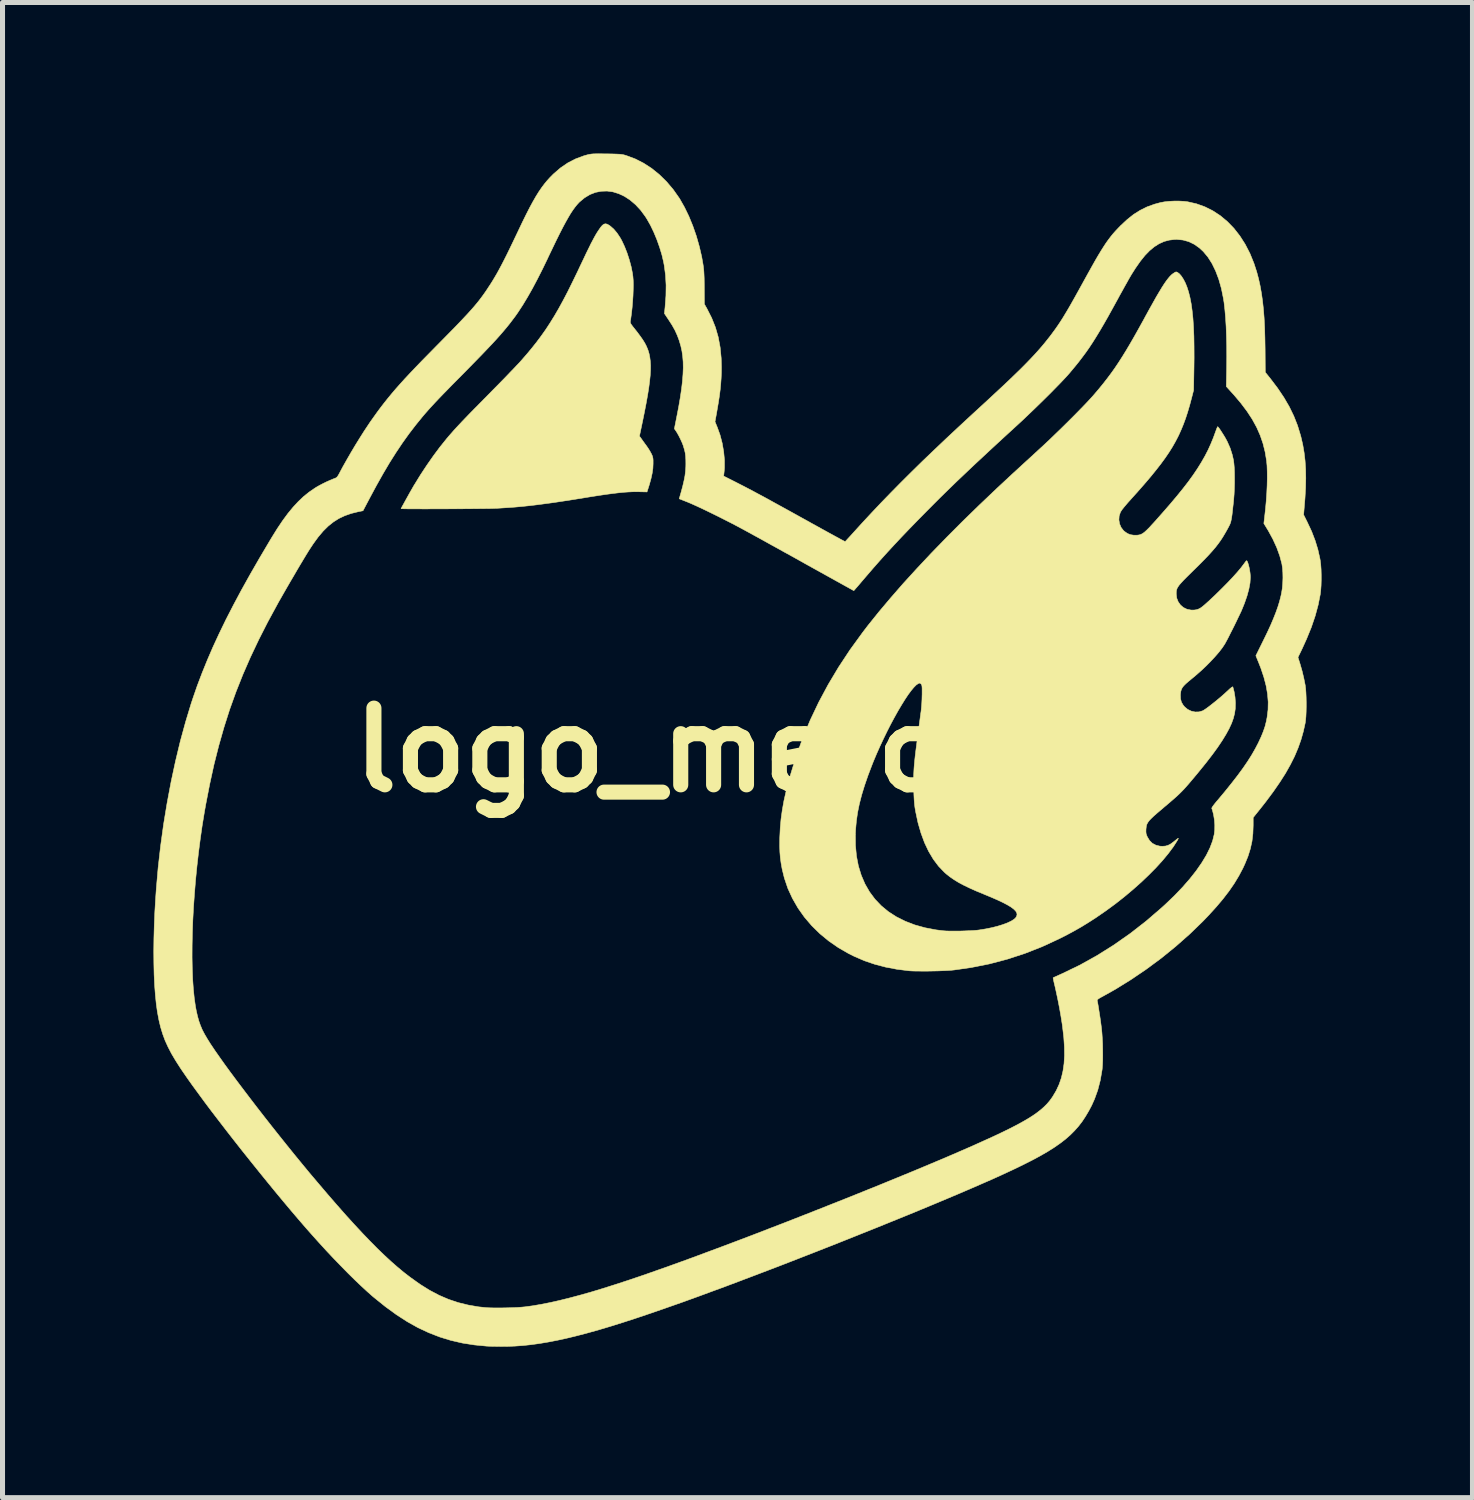
<source format=kicad_pcb>
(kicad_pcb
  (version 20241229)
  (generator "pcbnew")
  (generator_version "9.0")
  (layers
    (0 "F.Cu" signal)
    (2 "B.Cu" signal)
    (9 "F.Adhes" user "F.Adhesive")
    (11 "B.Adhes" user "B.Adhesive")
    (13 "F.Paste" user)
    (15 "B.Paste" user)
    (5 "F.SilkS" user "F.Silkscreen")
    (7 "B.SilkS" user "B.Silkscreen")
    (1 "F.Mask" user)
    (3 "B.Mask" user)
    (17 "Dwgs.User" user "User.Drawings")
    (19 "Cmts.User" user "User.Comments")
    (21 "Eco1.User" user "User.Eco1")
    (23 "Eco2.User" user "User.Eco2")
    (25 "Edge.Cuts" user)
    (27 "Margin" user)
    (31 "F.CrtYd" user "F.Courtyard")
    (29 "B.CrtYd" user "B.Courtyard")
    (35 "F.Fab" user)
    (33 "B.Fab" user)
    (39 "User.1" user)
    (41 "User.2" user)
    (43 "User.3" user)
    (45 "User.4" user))
  (footprint "logo_mercury"
    (layer "F.Cu")
    (at 11.6 11.854)
    (property "Reference" "logo_mercury" (at 0 0 0) (layer "F.SilkS") (effects (font (size 1.524 1.524) (thickness 0.3))))
    (attr through_hole)
    (fp_poly (pts (xy 3.649 -1.327) (xy 3.67 -1.304) (xy 3.678 -1.283) (xy 3.684 -1.253) (xy 3.689 -1.216) (xy 3.691 -1.171) (xy 3.69 -1.117) (xy 3.687 -1.052) (xy 3.681 -0.975) (xy 3.672 -0.883) (xy 3.66 -0.776) (xy 3.645 -0.651) (xy 3.627 -0.508) (xy 3.607 -0.359) (xy 3.589 -0.223) (xy 3.573 -0.106) (xy 3.56 -0.006) (xy 3.549 0.08) (xy 3.54 0.153) (xy 3.534 0.217) (xy 3.528 0.275) (xy 3.524 0.327) (xy 3.522 0.378) (xy 3.52 0.43) (xy 3.519 0.484) (xy 3.518 0.544) (xy 3.518 0.612) (xy 3.518 0.663) (xy 3.519 0.768) (xy 3.519 0.855) (xy 3.521 0.927) (xy 3.524 0.986) (xy 3.527 1.037) (xy 3.532 1.082) (xy 3.538 1.126) (xy 3.538 1.126) (xy 3.581 1.353) (xy 3.635 1.565) (xy 3.701 1.761) (xy 3.777 1.94) (xy 3.864 2.101) (xy 3.904 2.164) (xy 3.98 2.269) (xy 4.057 2.358) (xy 4.141 2.439) (xy 4.19 2.48) (xy 4.252 2.528) (xy 4.315 2.572) (xy 4.383 2.615) (xy 4.457 2.657) (xy 4.541 2.699) (xy 4.637 2.744) (xy 4.748 2.793) (xy 4.876 2.846) (xy 4.933 2.87) (xy 5.074 2.928) (xy 5.194 2.981) (xy 5.295 3.028) (xy 5.379 3.072) (xy 5.445 3.112) (xy 5.496 3.149) (xy 5.533 3.184) (xy 5.555 3.217) (xy 5.566 3.25) (xy 5.567 3.263) (xy 5.56 3.299) (xy 5.538 3.333) (xy 5.499 3.366) (xy 5.441 3.401) (xy 5.408 3.418) (xy 5.317 3.458) (xy 5.215 3.493) (xy 5.1 3.524) (xy 4.968 3.551) (xy 4.832 3.574) (xy 4.773 3.581) (xy 4.696 3.587) (xy 4.607 3.591) (xy 4.509 3.594) (xy 4.407 3.596) (xy 4.307 3.596) (xy 4.212 3.595) (xy 4.128 3.592) (xy 4.058 3.587) (xy 4.028 3.584) (xy 3.805 3.547) (xy 3.597 3.495) (xy 3.403 3.428) (xy 3.225 3.346) (xy 3.062 3.249) (xy 2.915 3.138) (xy 2.785 3.013) (xy 2.671 2.874) (xy 2.575 2.722) (xy 2.535 2.645) (xy 2.459 2.46) (xy 2.401 2.265) (xy 2.364 2.061) (xy 2.347 1.846) (xy 2.349 1.623) (xy 2.372 1.389) (xy 2.414 1.146) (xy 2.475 0.894) (xy 2.551 0.647) (xy 2.642 0.397) (xy 2.744 0.141) (xy 2.857 -0.116) (xy 2.977 -0.368) (xy 3.101 -0.609) (xy 3.209 -0.801) (xy 3.289 -0.934) (xy 3.362 -1.048) (xy 3.428 -1.143) (xy 3.487 -1.219) (xy 3.539 -1.276) (xy 3.583 -1.313) (xy 3.62 -1.33) (xy 3.649 -1.327)) (stroke (width 0.01) (type solid)) (fill yes) (layer "F.Mask"))
    (fp_poly (pts (xy -8.161 -3.253) (xy -8.161 -3.249) (xy -8.153 -3.234) (xy -8.133 -3.205) (xy -8.102 -3.166) (xy -8.063 -3.119) (xy -8.017 -3.066) (xy -7.968 -3.011) (xy -7.917 -2.955) (xy -7.867 -2.903) (xy -7.848 -2.884) (xy -7.741 -2.778) (xy -7.624 -2.67) (xy -7.498 -2.557) (xy -7.359 -2.439) (xy -7.206 -2.314) (xy -7.038 -2.181) (xy -6.891 -2.066) (xy -6.687 -1.911) (xy -6.479 -1.757) (xy -6.269 -1.606) (xy -6.059 -1.458) (xy -5.851 -1.315) (xy -5.648 -1.179) (xy -5.452 -1.051) (xy -5.264 -0.933) (xy -5.088 -0.826) (xy -4.925 -0.731) (xy -4.861 -0.696) (xy -4.81 -0.668) (xy -4.767 -0.643) (xy -4.735 -0.625) (xy -4.717 -0.614) (xy -4.715 -0.612) (xy -4.719 -0.601) (xy -4.729 -0.573) (xy -4.745 -0.532) (xy -4.765 -0.483) (xy -4.771 -0.467) (xy -4.844 -0.276) (xy -4.911 -0.081) (xy -4.973 0.119) (xy -5.029 0.325) (xy -5.081 0.54) (xy -5.127 0.763) (xy -5.169 0.997) (xy -5.206 1.243) (xy -5.239 1.502) (xy -5.268 1.776) (xy -5.294 2.065) (xy -5.315 2.372) (xy -5.333 2.697) (xy -5.349 3.042) (xy -5.356 3.241) (xy -5.358 3.338) (xy -5.36 3.453) (xy -5.362 3.585) (xy -5.364 3.731) (xy -5.365 3.889) (xy -5.366 4.054) (xy -5.366 4.226) (xy -5.366 4.4) (xy -5.366 4.574) (xy -5.365 4.746) (xy -5.364 4.913) (xy -5.362 5.072) (xy -5.361 5.22) (xy -5.358 5.354) (xy -5.356 5.472) (xy -5.356 5.478) (xy -5.347 5.801) (xy -5.336 6.125) (xy -5.324 6.448) (xy -5.31 6.768) (xy -5.296 7.084) (xy -5.28 7.394) (xy -5.263 7.698) (xy -5.245 7.993) (xy -5.226 8.279) (xy -5.206 8.553) (xy -5.186 8.814) (xy -5.165 9.061) (xy -5.143 9.292) (xy -5.122 9.507) (xy -5.099 9.702) (xy -5.077 9.878) (xy -5.067 9.945) (xy -5.058 10.004) (xy -5.047 10.072) (xy -5.035 10.144) (xy -5.023 10.215) (xy -5.01 10.281) (xy -4.999 10.338) (xy -4.99 10.381) (xy -4.984 10.406) (xy -4.983 10.415) (xy -4.988 10.421) (xy -5.002 10.423) (xy -5.028 10.422) (xy -5.069 10.416) (xy -5.128 10.406) (xy -5.151 10.402) (xy -5.291 10.372) (xy -5.428 10.332) (xy -5.564 10.28) (xy -5.701 10.216) (xy -5.839 10.139) (xy -5.98 10.047) (xy -6.126 9.94) (xy -6.278 9.817) (xy -6.437 9.678) (xy -6.605 9.52) (xy -6.679 9.448) (xy -6.842 9.284) (xy -7.016 9.103) (xy -7.2 8.904) (xy -7.393 8.688) (xy -7.596 8.457) (xy -7.807 8.211) (xy -8.026 7.95) (xy -8.251 7.675) (xy -8.484 7.388) (xy -8.722 7.089) (xy -8.966 6.778) (xy -9.007 6.725) (xy -9.173 6.509) (xy -9.326 6.308) (xy -9.465 6.123) (xy -9.591 5.954) (xy -9.701 5.8) (xy -9.798 5.663) (xy -9.881 5.541) (xy -9.949 5.436) (xy -10.003 5.346) (xy -10.042 5.273) (xy -10.067 5.217) (xy -10.07 5.208) (xy -10.1 5.1) (xy -10.126 4.969) (xy -10.146 4.818) (xy -10.162 4.644) (xy -10.173 4.449) (xy -10.18 4.233) (xy -10.181 4.031) (xy -10.173 3.557) (xy -10.149 3.073) (xy -10.11 2.583) (xy -10.056 2.092) (xy -9.988 1.603) (xy -9.906 1.121) (xy -9.81 0.651) (xy -9.735 0.326) (xy -9.666 0.057) (xy -9.593 -0.203) (xy -9.516 -0.455) (xy -9.434 -0.703) (xy -9.345 -0.948) (xy -9.248 -1.192) (xy -9.144 -1.437) (xy -9.03 -1.687) (xy -8.906 -1.942) (xy -8.771 -2.206) (xy -8.624 -2.48) (xy -8.464 -2.766) (xy -8.329 -3.001) (xy -8.28 -3.085) (xy -8.241 -3.15) (xy -8.211 -3.199) (xy -8.189 -3.232) (xy -8.173 -3.251) (xy -8.164 -3.258) (xy -8.161 -3.253)) (stroke (width 0.01) (type solid)) (fill yes) (layer "F.Mask"))
    (fp_poly (pts (xy -1.926 -4.48) (xy -1.91 -4.48) (xy -1.795 -4.473) (xy -1.687 -4.46) (xy -1.581 -4.441) (xy -1.474 -4.414) (xy -1.362 -4.378) (xy -1.238 -4.331) (xy -1.122 -4.283) (xy -1.049 -4.251) (xy -0.96 -4.209) (xy -0.858 -4.16) (xy -0.746 -4.105) (xy -0.626 -4.045) (xy -0.502 -3.981) (xy -0.376 -3.916) (xy -0.253 -3.851) (xy -0.187 -3.816) (xy -0.121 -3.78) (xy -0.043 -3.737) (xy 0.047 -3.688) (xy 0.146 -3.634) (xy 0.254 -3.574) (xy 0.368 -3.511) (xy 0.487 -3.445) (xy 0.611 -3.377) (xy 0.736 -3.307) (xy 0.863 -3.237) (xy 0.989 -3.167) (xy 1.112 -3.098) (xy 1.232 -3.031) (xy 1.347 -2.967) (xy 1.456 -2.906) (xy 1.556 -2.85) (xy 1.647 -2.799) (xy 1.727 -2.754) (xy 1.794 -2.716) (xy 1.848 -2.685) (xy 1.886 -2.663) (xy 1.907 -2.651) (xy 1.911 -2.648) (xy 1.905 -2.636) (xy 1.888 -2.611) (xy 1.862 -2.573) (xy 1.831 -2.528) (xy 1.81 -2.499) (xy 1.736 -2.395) (xy 1.657 -2.278) (xy 1.575 -2.156) (xy 1.495 -2.032) (xy 1.42 -1.914) (xy 1.354 -1.806) (xy 1.345 -1.791) (xy 1.311 -1.736) (xy 1.28 -1.687) (xy 1.253 -1.647) (xy 1.234 -1.621) (xy 1.224 -1.611) (xy 1.194 -1.597) (xy 1.145 -1.578) (xy 1.081 -1.554) (xy 1.004 -1.526) (xy 0.917 -1.495) (xy 0.822 -1.463) (xy 0.723 -1.429) (xy 0.622 -1.396) (xy 0.522 -1.364) (xy 0.425 -1.333) (xy 0.335 -1.305) (xy 0.255 -1.281) (xy 0.231 -1.275) (xy -0.108 -1.187) (xy -0.458 -1.112) (xy -0.821 -1.05) (xy -1.198 -1) (xy -1.591 -0.962) (xy -1.932 -0.939) (xy -2.028 -0.935) (xy -2.137 -0.931) (xy -2.258 -0.928) (xy -2.384 -0.925) (xy -2.513 -0.924) (xy -2.641 -0.923) (xy -2.763 -0.922) (xy -2.876 -0.923) (xy -2.975 -0.924) (xy -3.058 -0.927) (xy -3.075 -0.927) (xy -3.302 -0.941) (xy -3.512 -0.96) (xy -3.704 -0.984) (xy -3.877 -1.014) (xy -4.031 -1.049) (xy -4.164 -1.089) (xy -4.193 -1.1) (xy -4.305 -1.146) (xy -4.433 -1.207) (xy -4.575 -1.282) (xy -4.733 -1.371) (xy -4.904 -1.473) (xy -5.088 -1.588) (xy -5.285 -1.717) (xy -5.494 -1.857) (xy -5.715 -2.01) (xy -5.946 -2.174) (xy -6.084 -2.274) (xy -6.331 -2.456) (xy -6.56 -2.63) (xy -6.77 -2.796) (xy -6.961 -2.953) (xy -7.132 -3.101) (xy -7.284 -3.241) (xy -7.342 -3.296) (xy -7.437 -3.391) (xy -7.515 -3.476) (xy -7.576 -3.549) (xy -7.622 -3.614) (xy -7.653 -3.67) (xy -7.67 -3.719) (xy -7.675 -3.755) (xy -7.669 -3.797) (xy -7.653 -3.852) (xy -7.629 -3.914) (xy -7.6 -3.977) (xy -7.585 -4.005) (xy -7.568 -4.033) (xy -7.553 -4.052) (xy -7.533 -4.064) (xy -7.503 -4.075) (xy -7.467 -4.084) (xy -7.421 -4.096) (xy -7.372 -4.106) (xy -7.32 -4.115) (xy -7.264 -4.122) (xy -7.201 -4.129) (xy -7.13 -4.134) (xy -7.049 -4.139) (xy -6.958 -4.142) (xy -6.855 -4.145) (xy -6.738 -4.146) (xy -6.606 -4.147) (xy -6.456 -4.147) (xy -6.289 -4.147) (xy -6.102 -4.146) (xy -5.985 -4.145) (xy -5.735 -4.143) (xy -5.504 -4.143) (xy -5.29 -4.145) (xy -5.09 -4.148) (xy -4.902 -4.152) (xy -4.723 -4.159) (xy -4.551 -4.169) (xy -4.383 -4.18) (xy -4.216 -4.194) (xy -4.048 -4.212) (xy -3.877 -4.232) (xy -3.699 -4.255) (xy -3.513 -4.281) (xy -3.315 -4.312) (xy -3.103 -4.346) (xy -3.003 -4.362) (xy -2.841 -4.388) (xy -2.699 -4.411) (xy -2.573 -4.43) (xy -2.463 -4.446) (xy -2.366 -4.458) (xy -2.279 -4.468) (xy -2.201 -4.475) (xy -2.128 -4.479) (xy -2.06 -4.482) (xy -1.993 -4.482) (xy -1.926 -4.48)) (stroke (width 0.01) (type solid)) (fill yes) (layer "F.Mask"))
    (fp_poly (pts (xy 0.815 -0.768) (xy 0.812 -0.758) (xy 0.802 -0.73) (xy 0.787 -0.688) (xy 0.766 -0.635) (xy 0.742 -0.575) (xy 0.742 -0.573) (xy 0.613 -0.232) (xy 0.501 0.099) (xy 0.407 0.421) (xy 0.33 0.732) (xy 0.271 1.032) (xy 0.23 1.32) (xy 0.206 1.597) (xy 0.2 1.813) (xy 0.203 1.994) (xy 0.213 2.162) (xy 0.231 2.32) (xy 0.258 2.477) (xy 0.282 2.59) (xy 0.348 2.824) (xy 0.434 3.052) (xy 0.54 3.272) (xy 0.664 3.484) (xy 0.806 3.686) (xy 0.964 3.878) (xy 1.138 4.058) (xy 1.327 4.226) (xy 1.53 4.38) (xy 1.745 4.521) (xy 1.973 4.646) (xy 2.211 4.755) (xy 2.46 4.848) (xy 2.581 4.885) (xy 2.846 4.951) (xy 3.123 5) (xy 3.411 5.031) (xy 3.708 5.044) (xy 4.014 5.04) (xy 4.327 5.018) (xy 4.646 4.979) (xy 4.969 4.922) (xy 5.296 4.848) (xy 5.543 4.781) (xy 5.59 4.768) (xy 5.628 4.758) (xy 5.654 4.753) (xy 5.662 4.752) (xy 5.669 4.767) (xy 5.678 4.801) (xy 5.691 4.851) (xy 5.705 4.914) (xy 5.721 4.987) (xy 5.738 5.066) (xy 5.755 5.151) (xy 5.771 5.236) (xy 5.787 5.32) (xy 5.801 5.399) (xy 5.813 5.471) (xy 5.82 5.516) (xy 5.842 5.696) (xy 5.856 5.857) (xy 5.861 6) (xy 5.857 6.128) (xy 5.843 6.242) (xy 5.819 6.343) (xy 5.785 6.432) (xy 5.742 6.513) (xy 5.688 6.585) (xy 5.679 6.594) (xy 5.641 6.631) (xy 5.588 6.673) (xy 5.522 6.719) (xy 5.44 6.769) (xy 5.344 6.824) (xy 5.232 6.884) (xy 5.105 6.95) (xy 4.961 7.02) (xy 4.801 7.096) (xy 4.624 7.178) (xy 4.429 7.265) (xy 4.217 7.358) (xy 3.988 7.458) (xy 3.74 7.563) (xy 3.473 7.675) (xy 3.187 7.794) (xy 2.882 7.919) (xy 2.557 8.051) (xy 2.212 8.191) (xy 1.847 8.337) (xy 1.839 8.34) (xy 1.374 8.525) (xy 0.926 8.702) (xy 0.494 8.87) (xy 0.078 9.03) (xy -0.32 9.182) (xy -0.7 9.325) (xy -1.064 9.459) (xy -1.409 9.584) (xy -1.736 9.701) (xy -2.045 9.808) (xy -2.335 9.907) (xy -2.606 9.996) (xy -2.858 10.076) (xy -3.091 10.147) (xy -3.305 10.208) (xy -3.368 10.225) (xy -3.474 10.253) (xy -3.585 10.281) (xy -3.697 10.307) (xy -3.807 10.332) (xy -3.914 10.355) (xy -4.013 10.375) (xy -4.102 10.391) (xy -4.178 10.403) (xy -4.239 10.411) (xy -4.281 10.414) (xy -4.315 10.414) (xy -4.344 10.295) (xy -4.371 10.168) (xy -4.398 10.022) (xy -4.424 9.854) (xy -4.449 9.666) (xy -4.474 9.457) (xy -4.498 9.227) (xy -4.522 8.975) (xy -4.544 8.702) (xy -4.567 8.408) (xy -4.588 8.092) (xy -4.609 7.754) (xy -4.626 7.46) (xy -4.653 6.947) (xy -4.675 6.447) (xy -4.693 5.961) (xy -4.706 5.488) (xy -4.716 5.03) (xy -4.72 4.587) (xy -4.721 4.16) (xy -4.717 3.749) (xy -4.709 3.355) (xy -4.696 2.979) (xy -4.68 2.62) (xy -4.659 2.28) (xy -4.634 1.959) (xy -4.604 1.658) (xy -4.57 1.377) (xy -4.532 1.118) (xy -4.516 1.018) (xy -4.473 0.79) (xy -4.425 0.577) (xy -4.37 0.37) (xy -4.307 0.163) (xy -4.278 0.076) (xy -4.258 0.02) (xy -4.236 -0.044) (xy -4.211 -0.111) (xy -4.186 -0.178) (xy -4.161 -0.242) (xy -4.139 -0.299) (xy -4.121 -0.345) (xy -4.107 -0.376) (xy -4.102 -0.387) (xy -4.089 -0.389) (xy -4.061 -0.386) (xy -4.024 -0.38) (xy -3.978 -0.371) (xy -3.914 -0.361) (xy -3.837 -0.35) (xy -3.752 -0.338) (xy -3.661 -0.326) (xy -3.57 -0.315) (xy -3.484 -0.305) (xy -3.406 -0.297) (xy -3.395 -0.296) (xy -3.337 -0.292) (xy -3.26 -0.289) (xy -3.166 -0.286) (xy -3.058 -0.284) (xy -2.939 -0.282) (xy -2.812 -0.281) (xy -2.678 -0.281) (xy -2.542 -0.281) (xy -2.405 -0.282) (xy -2.271 -0.284) (xy -2.141 -0.286) (xy -2.02 -0.289) (xy -1.909 -0.292) (xy -1.811 -0.296) (xy -1.729 -0.3) (xy -1.7 -0.302) (xy -1.387 -0.328) (xy -1.091 -0.359) (xy -0.811 -0.395) (xy -0.542 -0.437) (xy -0.282 -0.485) (xy -0.026 -0.54) (xy 0.229 -0.603) (xy 0.486 -0.674) (xy 0.613 -0.711) (xy 0.676 -0.73) (xy 0.73 -0.746) (xy 0.774 -0.758) (xy 0.803 -0.766) (xy 0.815 -0.768) (xy 0.815 -0.768)) (stroke (width 0.01) (type solid)) (fill yes) (layer "F.Mask"))
    (fp_poly (pts (xy -2.585 -10.45) (xy -2.545 -10.427) (xy -2.519 -10.408) (xy -2.454 -10.35) (xy -2.39 -10.274) (xy -2.329 -10.182) (xy -2.297 -10.125) (xy -2.242 -10.008) (xy -2.191 -9.878) (xy -2.146 -9.74) (xy -2.109 -9.602) (xy -2.083 -9.47) (xy -2.075 -9.41) (xy -2.069 -9.337) (xy -2.067 -9.245) (xy -2.069 -9.141) (xy -2.073 -9.027) (xy -2.081 -8.908) (xy -2.091 -8.788) (xy -2.104 -8.671) (xy -2.119 -8.562) (xy -2.126 -8.519) (xy -2.127 -8.5) (xy -2.122 -8.482) (xy -2.108 -8.458) (xy -2.084 -8.425) (xy -2.062 -8.397) (xy -1.988 -8.304) (xy -1.928 -8.223) (xy -1.879 -8.153) (xy -1.84 -8.09) (xy -1.809 -8.031) (xy -1.785 -7.974) (xy -1.773 -7.942) (xy -1.753 -7.875) (xy -1.739 -7.804) (xy -1.729 -7.727) (xy -1.724 -7.642) (xy -1.725 -7.549) (xy -1.731 -7.445) (xy -1.743 -7.328) (xy -1.76 -7.198) (xy -1.783 -7.053) (xy -1.812 -6.891) (xy -1.847 -6.711) (xy -1.884 -6.529) (xy -1.945 -6.239) (xy -1.903 -6.181) (xy -1.877 -6.144) (xy -1.844 -6.098) (xy -1.81 -6.052) (xy -1.802 -6.041) (xy -1.769 -5.993) (xy -1.737 -5.941) (xy -1.712 -5.895) (xy -1.707 -5.886) (xy -1.692 -5.853) (xy -1.683 -5.826) (xy -1.677 -5.798) (xy -1.674 -5.763) (xy -1.674 -5.714) (xy -1.674 -5.687) (xy -1.678 -5.598) (xy -1.692 -5.502) (xy -1.715 -5.396) (xy -1.748 -5.276) (xy -1.77 -5.207) (xy -1.795 -5.13) (xy -1.933 -5.133) (xy -2.009 -5.134) (xy -2.087 -5.133) (xy -2.169 -5.129) (xy -2.259 -5.123) (xy -2.357 -5.113) (xy -2.466 -5.1) (xy -2.588 -5.084) (xy -2.725 -5.064) (xy -2.88 -5.04) (xy -3.042 -5.014) (xy -3.262 -4.978) (xy -3.463 -4.947) (xy -3.648 -4.919) (xy -3.818 -4.896) (xy -3.977 -4.875) (xy -4.128 -4.857) (xy -4.272 -4.842) (xy -4.412 -4.829) (xy -4.551 -4.819) (xy -4.692 -4.81) (xy -4.793 -4.804) (xy -4.83 -4.803) (xy -4.886 -4.801) (xy -4.956 -4.8) (xy -5.041 -4.799) (xy -5.137 -4.798) (xy -5.242 -4.797) (xy -5.356 -4.796) (xy -5.475 -4.795) (xy -5.599 -4.794) (xy -5.724 -4.794) (xy -5.849 -4.793) (xy -5.973 -4.793) (xy -6.093 -4.793) (xy -6.207 -4.792) (xy -6.313 -4.793) (xy -6.409 -4.793) (xy -6.494 -4.793) (xy -6.566 -4.794) (xy -6.622 -4.795) (xy -6.66 -4.796) (xy -6.679 -4.797) (xy -6.681 -4.797) (xy -6.676 -4.809) (xy -6.662 -4.837) (xy -6.639 -4.878) (xy -6.611 -4.929) (xy -6.579 -4.987) (xy -6.544 -5.05) (xy -6.509 -5.113) (xy -6.474 -5.174) (xy -6.442 -5.23) (xy -6.414 -5.278) (xy -6.413 -5.278) (xy -6.296 -5.469) (xy -6.17 -5.66) (xy -6.04 -5.846) (xy -5.91 -6.021) (xy -5.782 -6.18) (xy -5.775 -6.189) (xy -5.731 -6.241) (xy -5.686 -6.292) (xy -5.64 -6.345) (xy -5.59 -6.4) (xy -5.535 -6.459) (xy -5.474 -6.524) (xy -5.406 -6.595) (xy -5.328 -6.676) (xy -5.24 -6.766) (xy -5.139 -6.868) (xy -5.026 -6.983) (xy -4.948 -7.062) (xy -4.856 -7.156) (xy -4.765 -7.248) (xy -4.676 -7.339) (xy -4.592 -7.425) (xy -4.515 -7.506) (xy -4.445 -7.578) (xy -4.386 -7.641) (xy -4.338 -7.691) (xy -4.304 -7.728) (xy -4.304 -7.729) (xy -4.191 -7.858) (xy -4.086 -7.984) (xy -3.988 -8.107) (xy -3.895 -8.232) (xy -3.805 -8.359) (xy -3.719 -8.491) (xy -3.633 -8.63) (xy -3.547 -8.778) (xy -3.46 -8.937) (xy -3.37 -9.109) (xy -3.277 -9.297) (xy -3.177 -9.503) (xy -3.12 -9.624) (xy -3.056 -9.758) (xy -3.001 -9.875) (xy -2.952 -9.974) (xy -2.91 -10.06) (xy -2.872 -10.132) (xy -2.839 -10.194) (xy -2.809 -10.247) (xy -2.781 -10.293) (xy -2.758 -10.327) (xy -2.717 -10.387) (xy -2.682 -10.428) (xy -2.65 -10.451) (xy -2.619 -10.458) (xy -2.585 -10.45)) (stroke (width 0.01) (type solid)) (fill yes) (layer "F.SilkS"))
    (fp_poly (pts (xy 8.729 -9.5) (xy 8.746 -9.492) (xy 8.784 -9.463) (xy 8.824 -9.416) (xy 8.864 -9.354) (xy 8.902 -9.28) (xy 8.933 -9.203) (xy 8.965 -9.104) (xy 8.993 -8.993) (xy 9.017 -8.869) (xy 9.036 -8.731) (xy 9.052 -8.578) (xy 9.063 -8.409) (xy 9.071 -8.222) (xy 9.074 -8.017) (xy 9.075 -7.792) (xy 9.073 -7.62) (xy 9.065 -7.151) (xy 9.028 -7.007) (xy 8.987 -6.853) (xy 8.947 -6.717) (xy 8.907 -6.594) (xy 8.865 -6.48) (xy 8.821 -6.372) (xy 8.773 -6.265) (xy 8.752 -6.222) (xy 8.699 -6.121) (xy 8.64 -6.018) (xy 8.574 -5.913) (xy 8.499 -5.803) (xy 8.414 -5.687) (xy 8.318 -5.564) (xy 8.211 -5.432) (xy 8.09 -5.29) (xy 7.955 -5.136) (xy 7.83 -4.997) (xy 7.753 -4.911) (xy 7.692 -4.839) (xy 7.647 -4.783) (xy 7.619 -4.741) (xy 7.611 -4.727) (xy 7.586 -4.652) (xy 7.581 -4.574) (xy 7.594 -4.497) (xy 7.624 -4.426) (xy 7.67 -4.365) (xy 7.691 -4.346) (xy 7.749 -4.305) (xy 7.807 -4.281) (xy 7.873 -4.271) (xy 7.903 -4.27) (xy 7.946 -4.271) (xy 7.983 -4.276) (xy 8.017 -4.286) (xy 8.051 -4.303) (xy 8.087 -4.329) (xy 8.128 -4.366) (xy 8.177 -4.414) (xy 8.235 -4.477) (xy 8.284 -4.53) (xy 8.448 -4.715) (xy 8.597 -4.886) (xy 8.731 -5.045) (xy 8.852 -5.194) (xy 8.961 -5.335) (xy 9.058 -5.469) (xy 9.144 -5.597) (xy 9.221 -5.721) (xy 9.29 -5.842) (xy 9.352 -5.962) (xy 9.407 -6.083) (xy 9.457 -6.205) (xy 9.499 -6.32) (xy 9.515 -6.364) (xy 9.529 -6.4) (xy 9.539 -6.422) (xy 9.544 -6.427) (xy 9.554 -6.418) (xy 9.573 -6.394) (xy 9.598 -6.358) (xy 9.627 -6.313) (xy 9.658 -6.264) (xy 9.688 -6.215) (xy 9.714 -6.168) (xy 9.734 -6.13) (xy 9.791 -6.001) (xy 9.833 -5.869) (xy 9.858 -5.759) (xy 9.866 -5.695) (xy 9.873 -5.614) (xy 9.877 -5.519) (xy 9.878 -5.415) (xy 9.878 -5.305) (xy 9.875 -5.194) (xy 9.87 -5.085) (xy 9.862 -4.983) (xy 9.858 -4.936) (xy 9.846 -4.832) (xy 9.837 -4.747) (xy 9.829 -4.678) (xy 9.821 -4.623) (xy 9.813 -4.578) (xy 9.805 -4.542) (xy 9.796 -4.512) (xy 9.785 -4.484) (xy 9.771 -4.456) (xy 9.755 -4.425) (xy 9.745 -4.406) (xy 9.699 -4.324) (xy 9.654 -4.248) (xy 9.608 -4.176) (xy 9.559 -4.107) (xy 9.505 -4.037) (xy 9.444 -3.965) (xy 9.375 -3.888) (xy 9.295 -3.804) (xy 9.203 -3.71) (xy 9.097 -3.605) (xy 9.068 -3.577) (xy 8.985 -3.495) (xy 8.916 -3.427) (xy 8.86 -3.37) (xy 8.816 -3.322) (xy 8.782 -3.283) (xy 8.758 -3.249) (xy 8.74 -3.22) (xy 8.73 -3.192) (xy 8.723 -3.165) (xy 8.721 -3.136) (xy 8.72 -3.104) (xy 8.72 -3.103) (xy 8.73 -3.021) (xy 8.759 -2.947) (xy 8.804 -2.884) (xy 8.862 -2.834) (xy 8.932 -2.8) (xy 9.01 -2.784) (xy 9.034 -2.783) (xy 9.082 -2.784) (xy 9.122 -2.79) (xy 9.16 -2.802) (xy 9.198 -2.821) (xy 9.24 -2.851) (xy 9.29 -2.893) (xy 9.351 -2.948) (xy 9.363 -2.958) (xy 9.499 -3.086) (xy 9.625 -3.21) (xy 9.741 -3.327) (xy 9.844 -3.436) (xy 9.934 -3.536) (xy 10.009 -3.626) (xy 10.068 -3.704) (xy 10.07 -3.707) (xy 10.092 -3.737) (xy 10.109 -3.758) (xy 10.117 -3.765) (xy 10.128 -3.756) (xy 10.141 -3.728) (xy 10.154 -3.687) (xy 10.167 -3.636) (xy 10.178 -3.579) (xy 10.187 -3.521) (xy 10.192 -3.466) (xy 10.193 -3.431) (xy 10.186 -3.322) (xy 10.163 -3.199) (xy 10.126 -3.063) (xy 10.075 -2.916) (xy 10.03 -2.805) (xy 10.011 -2.76) (xy 9.983 -2.701) (xy 9.949 -2.631) (xy 9.912 -2.553) (xy 9.872 -2.471) (xy 9.831 -2.389) (xy 9.791 -2.311) (xy 9.755 -2.239) (xy 9.723 -2.178) (xy 9.697 -2.131) (xy 9.685 -2.109) (xy 9.636 -2.035) (xy 9.571 -1.95) (xy 9.492 -1.859) (xy 9.403 -1.763) (xy 9.306 -1.665) (xy 9.203 -1.569) (xy 9.097 -1.476) (xy 9.034 -1.424) (xy 8.965 -1.367) (xy 8.911 -1.32) (xy 8.871 -1.28) (xy 8.842 -1.244) (xy 8.824 -1.209) (xy 8.812 -1.172) (xy 8.806 -1.13) (xy 8.803 -1.096) (xy 8.806 -1.019) (xy 8.823 -0.954) (xy 8.857 -0.896) (xy 8.887 -0.86) (xy 8.948 -0.809) (xy 9.019 -0.775) (xy 9.096 -0.758) (xy 9.173 -0.76) (xy 9.244 -0.781) (xy 9.272 -0.797) (xy 9.314 -0.825) (xy 9.366 -0.863) (xy 9.425 -0.909) (xy 9.489 -0.96) (xy 9.555 -1.014) (xy 9.619 -1.068) (xy 9.678 -1.12) (xy 9.73 -1.168) (xy 9.736 -1.173) (xy 9.783 -1.217) (xy 9.817 -1.245) (xy 9.838 -1.258) (xy 9.845 -1.257) (xy 9.87 -1.162) (xy 9.888 -1.054) (xy 9.896 -0.941) (xy 9.893 -0.83) (xy 9.892 -0.815) (xy 9.879 -0.726) (xy 9.855 -0.632) (xy 9.819 -0.532) (xy 9.77 -0.426) (xy 9.707 -0.311) (xy 9.631 -0.187) (xy 9.541 -0.053) (xy 9.436 0.091) (xy 9.315 0.248) (xy 9.178 0.417) (xy 9.12 0.488) (xy 9.046 0.576) (xy 8.983 0.651) (xy 8.928 0.714) (xy 8.879 0.769) (xy 8.832 0.818) (xy 8.785 0.865) (xy 8.735 0.912) (xy 8.678 0.963) (xy 8.613 1.019) (xy 8.536 1.085) (xy 8.492 1.122) (xy 8.404 1.197) (xy 8.331 1.259) (xy 8.272 1.311) (xy 8.226 1.355) (xy 8.19 1.392) (xy 8.164 1.425) (xy 8.146 1.454) (xy 8.133 1.483) (xy 8.126 1.512) (xy 8.122 1.544) (xy 8.119 1.574) (xy 8.118 1.621) (xy 8.121 1.656) (xy 8.132 1.691) (xy 8.145 1.722) (xy 8.189 1.795) (xy 8.245 1.851) (xy 8.315 1.888) (xy 8.396 1.908) (xy 8.447 1.91) (xy 8.506 1.906) (xy 8.558 1.891) (xy 8.61 1.864) (xy 8.668 1.821) (xy 8.668 1.821) (xy 8.713 1.785) (xy 8.742 1.762) (xy 8.758 1.752) (xy 8.763 1.754) (xy 8.757 1.767) (xy 8.743 1.792) (xy 8.742 1.795) (xy 8.663 1.919) (xy 8.565 2.051) (xy 8.451 2.189) (xy 8.322 2.331) (xy 8.179 2.476) (xy 8.025 2.623) (xy 7.861 2.769) (xy 7.688 2.914) (xy 7.509 3.055) (xy 7.325 3.19) (xy 7.138 3.319) (xy 7.127 3.327) (xy 6.979 3.422) (xy 6.838 3.509) (xy 6.696 3.59) (xy 6.546 3.671) (xy 6.394 3.748) (xy 6.055 3.905) (xy 5.711 4.04) (xy 5.362 4.154) (xy 5.005 4.248) (xy 4.642 4.32) (xy 4.307 4.368) (xy 4.247 4.374) (xy 4.17 4.379) (xy 4.08 4.383) (xy 3.982 4.387) (xy 3.878 4.389) (xy 3.775 4.391) (xy 3.675 4.391) (xy 3.582 4.39) (xy 3.502 4.389) (xy 3.437 4.386) (xy 3.412 4.384) (xy 3.172 4.354) (xy 2.946 4.311) (xy 2.732 4.255) (xy 2.526 4.185) (xy 2.324 4.098) (xy 2.213 4.043) (xy 2.008 3.925) (xy 1.816 3.792) (xy 1.639 3.646) (xy 1.477 3.487) (xy 1.332 3.317) (xy 1.204 3.136) (xy 1.095 2.946) (xy 1.004 2.748) (xy 0.934 2.542) (xy 0.89 2.363) (xy 0.869 2.246) (xy 0.854 2.135) (xy 0.845 2.024) (xy 0.841 1.906) (xy 0.842 1.775) (xy 0.843 1.728) (xy 0.846 1.673) (xy 2.345 1.673) (xy 2.347 1.895) (xy 2.367 2.105) (xy 2.405 2.302) (xy 2.462 2.487) (xy 2.536 2.659) (xy 2.627 2.817) (xy 2.735 2.962) (xy 2.86 3.093) (xy 3.002 3.21) (xy 3.16 3.312) (xy 3.334 3.399) (xy 3.523 3.472) (xy 3.728 3.529) (xy 3.948 3.571) (xy 4.092 3.589) (xy 4.15 3.593) (xy 4.226 3.595) (xy 4.314 3.595) (xy 4.409 3.595) (xy 4.506 3.592) (xy 4.601 3.588) (xy 4.687 3.584) (xy 4.761 3.578) (xy 4.803 3.573) (xy 4.934 3.552) (xy 5.057 3.527) (xy 5.172 3.498) (xy 5.275 3.466) (xy 5.366 3.432) (xy 5.44 3.397) (xy 5.497 3.361) (xy 5.528 3.333) (xy 5.549 3.3) (xy 5.557 3.266) (xy 5.551 3.232) (xy 5.53 3.197) (xy 5.492 3.159) (xy 5.439 3.119) (xy 5.368 3.076) (xy 5.279 3.029) (xy 5.171 2.978) (xy 5.043 2.922) (xy 4.895 2.861) (xy 4.892 2.859) (xy 4.741 2.797) (xy 4.61 2.738) (xy 4.494 2.682) (xy 4.393 2.628) (xy 4.304 2.573) (xy 4.224 2.518) (xy 4.151 2.46) (xy 4.111 2.424) (xy 3.997 2.305) (xy 3.894 2.168) (xy 3.801 2.012) (xy 3.719 1.839) (xy 3.649 1.649) (xy 3.589 1.442) (xy 3.542 1.221) (xy 3.528 1.137) (xy 3.52 1.073) (xy 3.513 0.989) (xy 3.508 0.887) (xy 3.505 0.768) (xy 3.504 0.74) (xy 3.503 0.657) (xy 3.502 0.581) (xy 3.503 0.509) (xy 3.506 0.438) (xy 3.51 0.365) (xy 3.516 0.288) (xy 3.524 0.204) (xy 3.534 0.11) (xy 3.547 0.003) (xy 3.563 -0.12) (xy 3.581 -0.261) (xy 3.585 -0.287) (xy 3.598 -0.382) (xy 3.61 -0.477) (xy 3.622 -0.567) (xy 3.633 -0.648) (xy 3.642 -0.718) (xy 3.65 -0.771) (xy 3.652 -0.79) (xy 3.658 -0.85) (xy 3.664 -0.923) (xy 3.668 -1.003) (xy 3.67 -1.081) (xy 3.671 -1.107) (xy 3.671 -1.175) (xy 3.671 -1.225) (xy 3.669 -1.259) (xy 3.666 -1.282) (xy 3.661 -1.298) (xy 3.654 -1.309) (xy 3.649 -1.315) (xy 3.631 -1.33) (xy 3.615 -1.331) (xy 3.592 -1.321) (xy 3.552 -1.293) (xy 3.505 -1.245) (xy 3.451 -1.18) (xy 3.392 -1.1) (xy 3.329 -1.005) (xy 3.262 -0.897) (xy 3.192 -0.779) (xy 3.121 -0.652) (xy 3.048 -0.516) (xy 2.976 -0.375) (xy 2.905 -0.229) (xy 2.835 -0.08) (xy 2.768 0.07) (xy 2.705 0.22) (xy 2.678 0.288) (xy 2.596 0.503) (xy 2.527 0.703) (xy 2.47 0.89) (xy 2.424 1.069) (xy 2.389 1.24) (xy 2.365 1.408) (xy 2.35 1.574) (xy 2.345 1.673) (xy 0.846 1.673) (xy 0.852 1.547) (xy 0.868 1.369) (xy 0.893 1.189) (xy 0.926 1.004) (xy 0.97 0.81) (xy 1.023 0.602) (xy 1.045 0.525) (xy 1.162 0.143) (xy 1.296 -0.23) (xy 1.447 -0.594) (xy 1.616 -0.95) (xy 1.804 -1.301) (xy 2.011 -1.648) (xy 2.238 -1.992) (xy 2.487 -2.335) (xy 2.593 -2.474) (xy 2.809 -2.743) (xy 3.044 -3.022) (xy 3.296 -3.311) (xy 3.567 -3.608) (xy 3.854 -3.914) (xy 4.158 -4.227) (xy 4.477 -4.547) (xy 4.812 -4.873) (xy 5.162 -5.206) (xy 5.466 -5.489) (xy 5.546 -5.562) (xy 5.637 -5.646) (xy 5.734 -5.735) (xy 5.833 -5.825) (xy 5.927 -5.912) (xy 6.013 -5.991) (xy 6.024 -6.001) (xy 6.118 -6.088) (xy 6.218 -6.182) (xy 6.322 -6.283) (xy 6.429 -6.386) (xy 6.535 -6.491) (xy 6.64 -6.595) (xy 6.74 -6.696) (xy 6.834 -6.792) (xy 6.92 -6.881) (xy 6.995 -6.961) (xy 7.057 -7.029) (xy 7.091 -7.068) (xy 7.182 -7.175) (xy 7.266 -7.278) (xy 7.346 -7.38) (xy 7.423 -7.483) (xy 7.498 -7.588) (xy 7.572 -7.698) (xy 7.647 -7.815) (xy 7.725 -7.941) (xy 7.806 -8.078) (xy 7.893 -8.229) (xy 7.986 -8.395) (xy 8.087 -8.578) (xy 8.1 -8.603) (xy 8.184 -8.756) (xy 8.259 -8.89) (xy 8.325 -9.008) (xy 8.385 -9.109) (xy 8.437 -9.195) (xy 8.484 -9.268) (xy 8.526 -9.328) (xy 8.564 -9.377) (xy 8.598 -9.417) (xy 8.63 -9.448) (xy 8.66 -9.471) (xy 8.662 -9.472) (xy 8.693 -9.492) (xy 8.713 -9.501) (xy 8.729 -9.5)) (stroke (width 0.01) (type solid)) (fill yes) (layer "F.SilkS"))
    (fp_poly (pts (xy -2.692 -11.848) (xy -2.604 -11.847) (xy -2.596 -11.847) (xy -2.507 -11.846) (xy -2.437 -11.844) (xy -2.382 -11.842) (xy -2.339 -11.84) (xy -2.305 -11.836) (xy -2.276 -11.832) (xy -2.249 -11.826) (xy -2.22 -11.817) (xy -2.203 -11.812) (xy -2.031 -11.748) (xy -1.864 -11.663) (xy -1.703 -11.559) (xy -1.551 -11.436) (xy -1.407 -11.295) (xy -1.274 -11.138) (xy -1.153 -10.966) (xy -1.143 -10.95) (xy -1.051 -10.788) (xy -0.964 -10.609) (xy -0.885 -10.416) (xy -0.815 -10.215) (xy -0.756 -10.008) (xy -0.708 -9.801) (xy -0.683 -9.658) (xy -0.675 -9.606) (xy -0.669 -9.555) (xy -0.665 -9.503) (xy -0.662 -9.445) (xy -0.659 -9.377) (xy -0.658 -9.295) (xy -0.657 -9.196) (xy -0.657 -9.182) (xy -0.655 -8.862) (xy -0.604 -8.772) (xy -0.511 -8.589) (xy -0.436 -8.401) (xy -0.38 -8.207) (xy -0.342 -8.004) (xy -0.321 -7.789) (xy -0.316 -7.614) (xy -0.317 -7.499) (xy -0.322 -7.387) (xy -0.33 -7.275) (xy -0.341 -7.159) (xy -0.357 -7.035) (xy -0.378 -6.899) (xy -0.404 -6.747) (xy -0.415 -6.683) (xy -0.444 -6.525) (xy -0.4 -6.418) (xy -0.344 -6.263) (xy -0.301 -6.099) (xy -0.272 -5.932) (xy -0.256 -5.766) (xy -0.256 -5.607) (xy -0.262 -5.536) (xy -0.272 -5.445) (xy -0.032 -5.324) (xy 0.048 -5.283) (xy 0.132 -5.24) (xy 0.22 -5.194) (xy 0.313 -5.145) (xy 0.413 -5.091) (xy 0.522 -5.033) (xy 0.641 -4.968) (xy 0.771 -4.896) (xy 0.915 -4.817) (xy 1.073 -4.73) (xy 1.248 -4.633) (xy 1.44 -4.527) (xy 1.451 -4.52) (xy 1.564 -4.458) (xy 1.672 -4.398) (xy 1.772 -4.343) (xy 1.863 -4.293) (xy 1.945 -4.248) (xy 2.014 -4.211) (xy 2.07 -4.18) (xy 2.111 -4.159) (xy 2.135 -4.146) (xy 2.142 -4.144) (xy 2.151 -4.152) (xy 2.172 -4.175) (xy 2.204 -4.21) (xy 2.244 -4.253) (xy 2.29 -4.304) (xy 2.308 -4.324) (xy 2.488 -4.522) (xy 2.671 -4.719) (xy 2.858 -4.917) (xy 3.051 -5.116) (xy 3.251 -5.319) (xy 3.459 -5.526) (xy 3.677 -5.74) (xy 3.907 -5.96) (xy 4.149 -6.19) (xy 4.405 -6.429) (xy 4.676 -6.68) (xy 4.809 -6.802) (xy 4.983 -6.962) (xy 5.14 -7.108) (xy 5.283 -7.241) (xy 5.413 -7.364) (xy 5.531 -7.478) (xy 5.638 -7.582) (xy 5.735 -7.68) (xy 5.823 -7.771) (xy 5.904 -7.857) (xy 5.978 -7.939) (xy 6.047 -8.018) (xy 6.112 -8.096) (xy 6.174 -8.174) (xy 6.212 -8.222) (xy 6.264 -8.292) (xy 6.315 -8.361) (xy 6.364 -8.431) (xy 6.413 -8.504) (xy 6.463 -8.582) (xy 6.515 -8.668) (xy 6.572 -8.763) (xy 6.633 -8.869) (xy 6.7 -8.988) (xy 6.775 -9.123) (xy 6.859 -9.275) (xy 6.87 -9.295) (xy 6.956 -9.451) (xy 7.033 -9.589) (xy 7.102 -9.712) (xy 7.164 -9.819) (xy 7.222 -9.915) (xy 7.275 -9.999) (xy 7.324 -10.074) (xy 7.372 -10.141) (xy 7.419 -10.203) (xy 7.466 -10.261) (xy 7.515 -10.316) (xy 7.567 -10.371) (xy 7.614 -10.42) (xy 7.744 -10.541) (xy 7.872 -10.643) (xy 8.004 -10.726) (xy 8.141 -10.794) (xy 8.288 -10.847) (xy 8.41 -10.88) (xy 8.487 -10.894) (xy 8.579 -10.904) (xy 8.678 -10.909) (xy 8.778 -10.909) (xy 8.873 -10.904) (xy 8.947 -10.895) (xy 9.122 -10.855) (xy 9.289 -10.795) (xy 9.447 -10.716) (xy 9.597 -10.618) (xy 9.737 -10.501) (xy 9.866 -10.368) (xy 9.984 -10.217) (xy 10.09 -10.051) (xy 10.184 -9.869) (xy 10.264 -9.672) (xy 10.319 -9.503) (xy 10.355 -9.368) (xy 10.386 -9.229) (xy 10.412 -9.084) (xy 10.434 -8.93) (xy 10.452 -8.766) (xy 10.466 -8.59) (xy 10.476 -8.398) (xy 10.482 -8.189) (xy 10.486 -7.96) (xy 10.486 -7.948) (xy 10.489 -7.508) (xy 10.588 -7.385) (xy 10.733 -7.194) (xy 10.859 -7.007) (xy 10.966 -6.823) (xy 11.056 -6.638) (xy 11.13 -6.45) (xy 11.189 -6.257) (xy 11.198 -6.224) (xy 11.234 -6.068) (xy 11.261 -5.91) (xy 11.28 -5.749) (xy 11.291 -5.581) (xy 11.294 -5.402) (xy 11.29 -5.211) (xy 11.278 -5.003) (xy 11.268 -4.881) (xy 11.251 -4.676) (xy 11.324 -4.53) (xy 11.411 -4.344) (xy 11.48 -4.164) (xy 11.534 -3.987) (xy 11.574 -3.809) (xy 11.581 -3.77) (xy 11.591 -3.689) (xy 11.598 -3.592) (xy 11.601 -3.486) (xy 11.601 -3.376) (xy 11.598 -3.27) (xy 11.591 -3.173) (xy 11.582 -3.097) (xy 11.54 -2.885) (xy 11.481 -2.667) (xy 11.404 -2.44) (xy 11.308 -2.205) (xy 11.218 -2.007) (xy 11.139 -1.844) (xy 11.18 -1.714) (xy 11.221 -1.571) (xy 11.254 -1.433) (xy 11.283 -1.288) (xy 11.283 -1.287) (xy 11.291 -1.224) (xy 11.297 -1.144) (xy 11.301 -1.053) (xy 11.303 -0.956) (xy 11.303 -0.856) (xy 11.301 -0.76) (xy 11.297 -0.671) (xy 11.29 -0.595) (xy 11.283 -0.541) (xy 11.246 -0.373) (xy 11.199 -0.207) (xy 11.141 -0.043) (xy 11.071 0.123) (xy 10.987 0.29) (xy 10.89 0.462) (xy 10.777 0.639) (xy 10.649 0.824) (xy 10.504 1.019) (xy 10.395 1.158) (xy 10.249 1.34) (xy 10.249 1.496) (xy 10.243 1.659) (xy 10.225 1.812) (xy 10.192 1.961) (xy 10.145 2.111) (xy 10.082 2.265) (xy 10.044 2.347) (xy 9.964 2.498) (xy 9.873 2.649) (xy 9.769 2.8) (xy 9.65 2.955) (xy 9.516 3.114) (xy 9.365 3.28) (xy 9.25 3.4) (xy 8.99 3.652) (xy 8.713 3.897) (xy 8.424 4.132) (xy 8.124 4.354) (xy 7.817 4.562) (xy 7.508 4.753) (xy 7.269 4.887) (xy 7.217 4.915) (xy 7.182 4.936) (xy 7.161 4.952) (xy 7.151 4.964) (xy 7.15 4.974) (xy 7.15 4.975) (xy 7.158 5.013) (xy 7.168 5.069) (xy 7.179 5.138) (xy 7.191 5.216) (xy 7.204 5.298) (xy 7.216 5.38) (xy 7.226 5.458) (xy 7.235 5.527) (xy 7.235 5.527) (xy 7.244 5.62) (xy 7.251 5.725) (xy 7.257 5.836) (xy 7.259 5.949) (xy 7.26 6.06) (xy 7.259 6.164) (xy 7.255 6.256) (xy 7.249 6.332) (xy 7.247 6.35) (xy 7.211 6.56) (xy 7.161 6.754) (xy 7.096 6.934) (xy 7.04 7.059) (xy 6.98 7.172) (xy 6.917 7.278) (xy 6.851 7.378) (xy 6.779 7.472) (xy 6.7 7.561) (xy 6.613 7.648) (xy 6.517 7.732) (xy 6.41 7.814) (xy 6.292 7.896) (xy 6.16 7.979) (xy 6.014 8.063) (xy 5.852 8.15) (xy 5.672 8.241) (xy 5.475 8.336) (xy 5.258 8.437) (xy 5.245 8.443) (xy 5.066 8.524) (xy 4.867 8.611) (xy 4.651 8.705) (xy 4.419 8.805) (xy 4.172 8.909) (xy 3.912 9.018) (xy 3.64 9.131) (xy 3.358 9.247) (xy 3.067 9.365) (xy 2.769 9.486) (xy 2.466 9.607) (xy 2.159 9.73) (xy 1.849 9.853) (xy 1.538 9.975) (xy 1.228 10.096) (xy 0.92 10.216) (xy 0.615 10.333) (xy 0.315 10.447) (xy 0.022 10.558) (xy -0.262 10.665) (xy -0.538 10.766) (xy -0.751 10.845) (xy -1.088 10.967) (xy -1.407 11.079) (xy -1.707 11.183) (xy -1.991 11.279) (xy -2.258 11.366) (xy -2.51 11.445) (xy -2.748 11.516) (xy -2.973 11.579) (xy -3.186 11.635) (xy -3.387 11.684) (xy -3.579 11.726) (xy -3.761 11.761) (xy -3.934 11.79) (xy -4.101 11.813) (xy -4.261 11.83) (xy -4.416 11.841) (xy -4.566 11.847) (xy -4.699 11.848) (xy -4.771 11.847) (xy -4.839 11.846) (xy -4.898 11.845) (xy -4.945 11.843) (xy -4.974 11.842) (xy -4.975 11.842) (xy -5.223 11.818) (xy -5.46 11.781) (xy -5.69 11.728) (xy -5.913 11.66) (xy -6.131 11.575) (xy -6.347 11.474) (xy -6.561 11.354) (xy -6.776 11.215) (xy -6.993 11.057) (xy -7.214 10.879) (xy -7.25 10.849) (xy -7.356 10.755) (xy -7.474 10.646) (xy -7.602 10.524) (xy -7.737 10.391) (xy -7.877 10.248) (xy -8.022 10.098) (xy -8.168 9.943) (xy -8.313 9.784) (xy -8.429 9.655) (xy -8.567 9.499) (xy -8.712 9.331) (xy -8.863 9.154) (xy -9.019 8.968) (xy -9.179 8.775) (xy -9.341 8.577) (xy -9.505 8.375) (xy -9.668 8.172) (xy -9.831 7.968) (xy -9.99 7.766) (xy -10.146 7.566) (xy -10.296 7.371) (xy -10.441 7.182) (xy -10.577 7.001) (xy -10.704 6.828) (xy -10.822 6.667) (xy -10.927 6.519) (xy -11.02 6.384) (xy -11.062 6.322) (xy -11.159 6.171) (xy -11.242 6.031) (xy -11.311 5.898) (xy -11.37 5.769) (xy -11.418 5.639) (xy -11.459 5.504) (xy -11.493 5.361) (xy -11.522 5.206) (xy -11.523 5.201) (xy -11.545 5.044) (xy -11.563 4.866) (xy -11.578 4.671) (xy -11.588 4.459) (xy -11.593 4.232) (xy -11.594 4.118) (xy -10.834 4.118) (xy -10.83 4.343) (xy -10.822 4.554) (xy -10.808 4.75) (xy -10.79 4.928) (xy -10.767 5.089) (xy -10.749 5.184) (xy -10.725 5.289) (xy -10.699 5.382) (xy -10.668 5.469) (xy -10.632 5.555) (xy -10.586 5.643) (xy -10.531 5.737) (xy -10.464 5.844) (xy -10.45 5.864) (xy -10.375 5.976) (xy -10.286 6.103) (xy -10.186 6.244) (xy -10.075 6.396) (xy -9.954 6.559) (xy -9.825 6.73) (xy -9.689 6.909) (xy -9.548 7.093) (xy -9.402 7.281) (xy -9.253 7.471) (xy -9.102 7.661) (xy -8.95 7.851) (xy -8.799 8.038) (xy -8.649 8.221) (xy -8.503 8.398) (xy -8.36 8.567) (xy -8.344 8.586) (xy -8.144 8.821) (xy -7.955 9.039) (xy -7.777 9.241) (xy -7.608 9.427) (xy -7.449 9.598) (xy -7.297 9.756) (xy -7.153 9.902) (xy -7.015 10.035) (xy -6.882 10.158) (xy -6.753 10.271) (xy -6.628 10.375) (xy -6.505 10.47) (xy -6.498 10.475) (xy -6.305 10.613) (xy -6.116 10.731) (xy -5.929 10.83) (xy -5.741 10.911) (xy -5.548 10.976) (xy -5.349 11.025) (xy -5.141 11.061) (xy -4.997 11.076) (xy -4.935 11.08) (xy -4.855 11.082) (xy -4.763 11.083) (xy -4.663 11.082) (xy -4.561 11.08) (xy -4.46 11.077) (xy -4.367 11.073) (xy -4.286 11.067) (xy -4.221 11.061) (xy -4.219 11.061) (xy -4.059 11.039) (xy -3.892 11.01) (xy -3.715 10.975) (xy -3.529 10.933) (xy -3.332 10.884) (xy -3.122 10.828) (xy -2.899 10.765) (xy -2.662 10.693) (xy -2.41 10.613) (xy -2.141 10.525) (xy -1.855 10.428) (xy -1.551 10.321) (xy -1.414 10.273) (xy -1.156 10.18) (xy -0.884 10.081) (xy -0.6 9.975) (xy -0.304 9.865) (xy 0.001 9.75) (xy 0.314 9.631) (xy 0.632 9.508) (xy 0.954 9.384) (xy 1.278 9.257) (xy 1.603 9.129) (xy 1.926 9.001) (xy 2.246 8.874) (xy 2.561 8.747) (xy 2.87 8.622) (xy 3.17 8.499) (xy 3.46 8.38) (xy 3.738 8.264) (xy 4.002 8.153) (xy 4.251 8.047) (xy 4.482 7.947) (xy 4.695 7.854) (xy 4.698 7.852) (xy 4.905 7.759) (xy 5.092 7.674) (xy 5.261 7.594) (xy 5.412 7.52) (xy 5.548 7.45) (xy 5.669 7.384) (xy 5.776 7.322) (xy 5.871 7.262) (xy 5.955 7.203) (xy 6.028 7.146) (xy 6.093 7.089) (xy 6.15 7.032) (xy 6.201 6.973) (xy 6.246 6.912) (xy 6.269 6.878) (xy 6.338 6.761) (xy 6.394 6.639) (xy 6.438 6.511) (xy 6.47 6.374) (xy 6.491 6.228) (xy 6.5 6.069) (xy 6.498 5.897) (xy 6.486 5.71) (xy 6.462 5.505) (xy 6.454 5.444) (xy 6.429 5.286) (xy 6.399 5.116) (xy 6.365 4.943) (xy 6.329 4.775) (xy 6.31 4.69) (xy 6.296 4.633) (xy 6.285 4.584) (xy 6.278 4.548) (xy 6.274 4.526) (xy 6.274 4.523) (xy 6.285 4.517) (xy 6.313 4.504) (xy 6.354 4.486) (xy 6.406 4.462) (xy 6.455 4.44) (xy 6.801 4.273) (xy 7.141 4.084) (xy 7.475 3.875) (xy 7.802 3.646) (xy 8.122 3.397) (xy 8.433 3.129) (xy 8.5 3.068) (xy 8.68 2.896) (xy 8.843 2.726) (xy 8.988 2.56) (xy 9.116 2.398) (xy 9.226 2.24) (xy 9.318 2.088) (xy 9.39 1.942) (xy 9.443 1.802) (xy 9.475 1.672) (xy 9.485 1.584) (xy 9.486 1.485) (xy 9.478 1.383) (xy 9.462 1.284) (xy 9.44 1.197) (xy 9.426 1.158) (xy 9.429 1.144) (xy 9.444 1.119) (xy 9.473 1.08) (xy 9.516 1.026) (xy 9.545 0.993) (xy 9.692 0.817) (xy 9.823 0.654) (xy 9.941 0.502) (xy 10.045 0.36) (xy 10.137 0.226) (xy 10.218 0.098) (xy 10.289 -0.026) (xy 10.352 -0.146) (xy 10.353 -0.149) (xy 10.408 -0.267) (xy 10.451 -0.373) (xy 10.485 -0.473) (xy 10.51 -0.573) (xy 10.525 -0.65) (xy 10.544 -0.803) (xy 10.547 -0.957) (xy 10.534 -1.115) (xy 10.506 -1.278) (xy 10.461 -1.45) (xy 10.4 -1.632) (xy 10.357 -1.741) (xy 10.302 -1.876) (xy 10.451 -2.178) (xy 10.529 -2.338) (xy 10.596 -2.483) (xy 10.652 -2.615) (xy 10.7 -2.736) (xy 10.74 -2.849) (xy 10.773 -2.957) (xy 10.8 -3.063) (xy 10.814 -3.13) (xy 10.828 -3.218) (xy 10.836 -3.318) (xy 10.84 -3.423) (xy 10.838 -3.526) (xy 10.831 -3.621) (xy 10.819 -3.7) (xy 10.777 -3.859) (xy 10.717 -4.025) (xy 10.64 -4.193) (xy 10.549 -4.36) (xy 10.533 -4.386) (xy 10.461 -4.504) (xy 10.475 -4.624) (xy 10.493 -4.786) (xy 10.508 -4.948) (xy 10.519 -5.108) (xy 10.526 -5.261) (xy 10.529 -5.405) (xy 10.528 -5.536) (xy 10.524 -5.652) (xy 10.515 -5.748) (xy 10.486 -5.924) (xy 10.444 -6.092) (xy 10.388 -6.255) (xy 10.318 -6.414) (xy 10.231 -6.573) (xy 10.127 -6.732) (xy 10.005 -6.894) (xy 9.864 -7.061) (xy 9.819 -7.11) (xy 9.715 -7.225) (xy 9.722 -7.591) (xy 9.724 -7.812) (xy 9.723 -8.025) (xy 9.718 -8.227) (xy 9.711 -8.418) (xy 9.7 -8.594) (xy 9.686 -8.754) (xy 9.67 -8.895) (xy 9.657 -8.975) (xy 9.617 -9.173) (xy 9.565 -9.356) (xy 9.503 -9.52) (xy 9.431 -9.668) (xy 9.349 -9.797) (xy 9.257 -9.907) (xy 9.182 -9.977) (xy 9.077 -10.051) (xy 8.969 -10.103) (xy 8.855 -10.135) (xy 8.734 -10.147) (xy 8.686 -10.146) (xy 8.579 -10.133) (xy 8.478 -10.106) (xy 8.38 -10.062) (xy 8.285 -10.002) (xy 8.191 -9.924) (xy 8.098 -9.828) (xy 8.005 -9.712) (xy 7.91 -9.576) (xy 7.832 -9.453) (xy 7.809 -9.414) (xy 7.777 -9.359) (xy 7.739 -9.29) (xy 7.694 -9.211) (xy 7.647 -9.125) (xy 7.597 -9.036) (xy 7.548 -8.945) (xy 7.548 -8.945) (xy 7.45 -8.767) (xy 7.361 -8.606) (xy 7.278 -8.461) (xy 7.201 -8.33) (xy 7.128 -8.21) (xy 7.059 -8.1) (xy 6.991 -7.997) (xy 6.923 -7.9) (xy 6.853 -7.806) (xy 6.782 -7.713) (xy 6.706 -7.619) (xy 6.625 -7.522) (xy 6.601 -7.493) (xy 6.549 -7.434) (xy 6.483 -7.363) (xy 6.404 -7.28) (xy 6.315 -7.189) (xy 6.218 -7.09) (xy 6.114 -6.987) (xy 6.006 -6.881) (xy 5.895 -6.773) (xy 5.784 -6.667) (xy 5.675 -6.563) (xy 5.569 -6.465) (xy 5.533 -6.432) (xy 5.343 -6.258) (xy 5.168 -6.097) (xy 5.007 -5.948) (xy 4.858 -5.809) (xy 4.719 -5.68) (xy 4.589 -5.557) (xy 4.467 -5.441) (xy 4.35 -5.33) (xy 4.238 -5.221) (xy 4.129 -5.115) (xy 4.021 -5.009) (xy 3.913 -4.901) (xy 3.804 -4.791) (xy 3.766 -4.753) (xy 3.583 -4.567) (xy 3.415 -4.394) (xy 3.258 -4.23) (xy 3.111 -4.073) (xy 2.97 -3.92) (xy 2.834 -3.769) (xy 2.7 -3.617) (xy 2.566 -3.461) (xy 2.564 -3.459) (xy 2.512 -3.398) (xy 2.463 -3.341) (xy 2.42 -3.29) (xy 2.384 -3.248) (xy 2.358 -3.219) (xy 2.347 -3.206) (xy 2.314 -3.168) (xy 1.347 -3.705) (xy 1.206 -3.784) (xy 1.065 -3.863) (xy 0.926 -3.939) (xy 0.792 -4.014) (xy 0.664 -4.084) (xy 0.544 -4.151) (xy 0.434 -4.212) (xy 0.335 -4.266) (xy 0.25 -4.313) (xy 0.18 -4.351) (xy 0.127 -4.38) (xy 0.116 -4.386) (xy 0.000199 -4.448) (xy -0.122 -4.512) (xy -0.248 -4.576) (xy -0.374 -4.64) (xy -0.498 -4.701) (xy -0.617 -4.759) (xy -0.728 -4.812) (xy -0.828 -4.858) (xy -0.915 -4.897) (xy -0.983 -4.926) (xy -1.155 -4.994) (xy -1.118 -5.123) (xy -1.085 -5.246) (xy -1.06 -5.353) (xy -1.041 -5.45) (xy -1.03 -5.54) (xy -1.024 -5.63) (xy -1.023 -5.687) (xy -1.024 -5.772) (xy -1.028 -5.842) (xy -1.036 -5.905) (xy -1.05 -5.966) (xy -1.07 -6.033) (xy -1.073 -6.045) (xy -1.096 -6.105) (xy -1.127 -6.173) (xy -1.162 -6.243) (xy -1.197 -6.306) (xy -1.217 -6.337) (xy -1.251 -6.386) (xy -1.206 -6.613) (xy -1.166 -6.819) (xy -1.134 -7.005) (xy -1.109 -7.174) (xy -1.091 -7.327) (xy -1.08 -7.467) (xy -1.075 -7.596) (xy -1.077 -7.714) (xy -1.086 -7.825) (xy -1.101 -7.929) (xy -1.123 -8.029) (xy -1.152 -8.127) (xy -1.154 -8.135) (xy -1.193 -8.24) (xy -1.239 -8.341) (xy -1.296 -8.443) (xy -1.365 -8.55) (xy -1.449 -8.675) (xy -1.436 -8.802) (xy -1.419 -9.028) (xy -1.416 -9.239) (xy -1.427 -9.437) (xy -1.452 -9.626) (xy -1.465 -9.696) (xy -1.499 -9.841) (xy -1.545 -9.992) (xy -1.599 -10.144) (xy -1.66 -10.291) (xy -1.726 -10.428) (xy -1.795 -10.55) (xy -1.827 -10.601) (xy -1.921 -10.728) (xy -2.023 -10.838) (xy -2.13 -10.929) (xy -2.241 -11.002) (xy -2.356 -11.056) (xy -2.472 -11.092) (xy -2.589 -11.108) (xy -2.705 -11.104) (xy -2.818 -11.082) (xy -2.929 -11.039) (xy -3.035 -10.975) (xy -3.135 -10.892) (xy -3.149 -10.878) (xy -3.188 -10.835) (xy -3.228 -10.785) (xy -3.27 -10.727) (xy -3.315 -10.659) (xy -3.362 -10.579) (xy -3.414 -10.487) (xy -3.47 -10.382) (xy -3.532 -10.261) (xy -3.6 -10.124) (xy -3.674 -9.97) (xy -3.757 -9.797) (xy -3.77 -9.768) (xy -3.871 -9.559) (xy -3.972 -9.36) (xy -4.071 -9.173) (xy -4.168 -9.002) (xy -4.262 -8.846) (xy -4.351 -8.71) (xy -4.369 -8.683) (xy -4.42 -8.611) (xy -4.473 -8.541) (xy -4.527 -8.47) (xy -4.586 -8.397) (xy -4.649 -8.322) (xy -4.718 -8.242) (xy -4.795 -8.156) (xy -4.881 -8.063) (xy -4.977 -7.962) (xy -5.084 -7.85) (xy -5.204 -7.727) (xy -5.338 -7.59) (xy -5.433 -7.493) (xy -5.559 -7.366) (xy -5.671 -7.253) (xy -5.769 -7.152) (xy -5.857 -7.062) (xy -5.934 -6.982) (xy -6.003 -6.909) (xy -6.064 -6.843) (xy -6.12 -6.782) (xy -6.171 -6.724) (xy -6.22 -6.668) (xy -6.267 -6.612) (xy -6.314 -6.554) (xy -6.363 -6.494) (xy -6.392 -6.458) (xy -6.524 -6.286) (xy -6.653 -6.106) (xy -6.781 -5.915) (xy -6.91 -5.711) (xy -7.04 -5.491) (xy -7.173 -5.254) (xy -7.303 -5.012) (xy -7.438 -4.756) (xy -7.537 -4.736) (xy -7.674 -4.702) (xy -7.799 -4.658) (xy -7.916 -4.603) (xy -8.025 -4.534) (xy -8.129 -4.451) (xy -8.229 -4.352) (xy -8.328 -4.235) (xy -8.427 -4.099) (xy -8.505 -3.981) (xy -8.539 -3.926) (xy -8.583 -3.854) (xy -8.634 -3.769) (xy -8.691 -3.674) (xy -8.752 -3.571) (xy -8.815 -3.462) (xy -8.88 -3.352) (xy -8.943 -3.243) (xy -9.004 -3.137) (xy -9.061 -3.037) (xy -9.112 -2.948) (xy -9.135 -2.906) (xy -9.331 -2.545) (xy -9.51 -2.193) (xy -9.675 -1.845) (xy -9.825 -1.501) (xy -9.962 -1.156) (xy -10.087 -0.808) (xy -10.2 -0.453) (xy -10.303 -0.091) (xy -10.398 0.284) (xy -10.483 0.673) (xy -10.562 1.079) (xy -10.59 1.237) (xy -10.633 1.499) (xy -10.671 1.766) (xy -10.706 2.036) (xy -10.737 2.308) (xy -10.764 2.58) (xy -10.786 2.851) (xy -10.805 3.118) (xy -10.819 3.38) (xy -10.828 3.635) (xy -10.833 3.882) (xy -10.834 4.118) (xy -11.594 4.118) (xy -11.595 3.993) (xy -11.592 3.744) (xy -11.585 3.485) (xy -11.574 3.219) (xy -11.558 2.948) (xy -11.545 2.761) (xy -11.508 2.334) (xy -11.459 1.904) (xy -11.4 1.475) (xy -11.33 1.05) (xy -11.251 0.63) (xy -11.163 0.22) (xy -11.067 -0.179) (xy -10.962 -0.563) (xy -10.851 -0.929) (xy -10.817 -1.031) (xy -10.73 -1.282) (xy -10.634 -1.535) (xy -10.53 -1.791) (xy -10.417 -2.053) (xy -10.293 -2.321) (xy -10.159 -2.597) (xy -10.013 -2.881) (xy -9.855 -3.177) (xy -9.684 -3.484) (xy -9.5 -3.804) (xy -9.302 -4.139) (xy -9.251 -4.224) (xy -9.14 -4.403) (xy -9.033 -4.562) (xy -8.929 -4.703) (xy -8.826 -4.828) (xy -8.723 -4.939) (xy -8.619 -5.038) (xy -8.511 -5.125) (xy -8.398 -5.203) (xy -8.365 -5.224) (xy -8.309 -5.256) (xy -8.241 -5.292) (xy -8.168 -5.328) (xy -8.096 -5.36) (xy -8.033 -5.387) (xy -8.01 -5.395) (xy -7.98 -5.407) (xy -7.959 -5.42) (xy -7.942 -5.44) (xy -7.923 -5.471) (xy -7.911 -5.493) (xy -7.842 -5.623) (xy -7.763 -5.763) (xy -7.679 -5.909) (xy -7.591 -6.057) (xy -7.502 -6.201) (xy -7.416 -6.337) (xy -7.334 -6.46) (xy -7.297 -6.516) (xy -7.224 -6.619) (xy -7.154 -6.717) (xy -7.084 -6.811) (xy -7.014 -6.902) (xy -6.942 -6.992) (xy -6.867 -7.083) (xy -6.787 -7.177) (xy -6.701 -7.274) (xy -6.608 -7.377) (xy -6.506 -7.486) (xy -6.393 -7.605) (xy -6.269 -7.734) (xy -6.131 -7.874) (xy -5.98 -8.028) (xy -5.963 -8.045) (xy -5.83 -8.18) (xy -5.711 -8.301) (xy -5.605 -8.409) (xy -5.512 -8.506) (xy -5.429 -8.594) (xy -5.356 -8.672) (xy -5.291 -8.744) (xy -5.233 -8.81) (xy -5.181 -8.872) (xy -5.134 -8.93) (xy -5.09 -8.988) (xy -5.048 -9.045) (xy -5.007 -9.103) (xy -4.966 -9.164) (xy -4.954 -9.183) (xy -4.907 -9.254) (xy -4.863 -9.324) (xy -4.82 -9.396) (xy -4.776 -9.471) (xy -4.732 -9.551) (xy -4.685 -9.639) (xy -4.635 -9.736) (xy -4.581 -9.843) (xy -4.522 -9.964) (xy -4.456 -10.101) (xy -4.383 -10.254) (xy -4.344 -10.336) (xy -4.265 -10.502) (xy -4.192 -10.65) (xy -4.125 -10.781) (xy -4.062 -10.897) (xy -4.003 -11) (xy -3.946 -11.092) (xy -3.89 -11.174) (xy -3.834 -11.249) (xy -3.777 -11.318) (xy -3.718 -11.383) (xy -3.655 -11.446) (xy -3.654 -11.447) (xy -3.514 -11.568) (xy -3.368 -11.668) (xy -3.212 -11.748) (xy -3.048 -11.809) (xy -2.98 -11.828) (xy -2.951 -11.835) (xy -2.923 -11.84) (xy -2.894 -11.844) (xy -2.86 -11.847) (xy -2.817 -11.848) (xy -2.762 -11.849) (xy -2.692 -11.848)) (stroke (width 0.01) (type solid)) (fill yes) (layer "F.SilkS")))
  (gr_rect
    (start -3 -3)
    (end 26.206 26.706)
    (stroke (width 0.1) (type default))
    (fill no)
    (layer "Edge.Cuts")))
</source>
